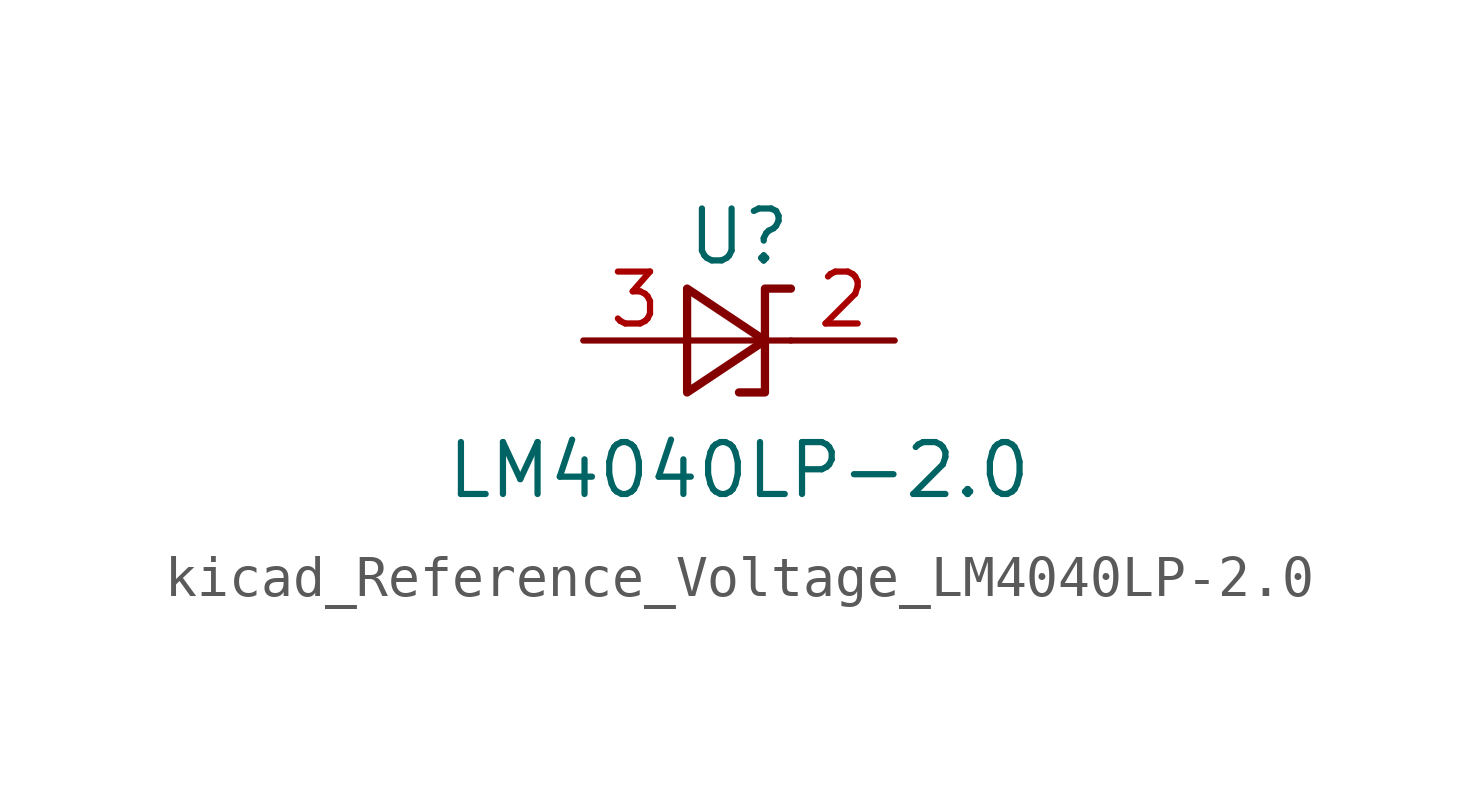
<source format=kicad_sym>
(kicad_symbol_lib
  (version 20220914)
  (generator kicad_symbol_editor)
  (symbol "kicad_Reference_Voltage_LM4040LP-2.0"
    (pin_names
      (offset 0.025) hide)
    (property "Reference" "U"
      (at 0 2.54 0)
      (effects (font (size 1.27 1.27))))
    (property "Value" "LM4040LP-2.0"
      (at 0 -3.175 0)
      (effects (font (size 1.27 1.27))))
    (symbol "kicad_Reference_Voltage_LM4040LP-2.0_0_1"
      (polyline (pts (xy -1.27 0) (xy 0 0) (xy 1.27 0)) (stroke (width 0) (type default)) (fill (type none)))
      (polyline (pts (xy -1.27 -1.27) (xy 0.635 0) (xy -1.27 1.27) (xy -1.27 -1.27)) (stroke (width 0.203) (type default)) (fill (type none)))
      (polyline (pts (xy 0 -1.27) (xy 0.635 -1.27) (xy 0.635 1.27) (xy 1.27 1.27)) (stroke (width 0.203) (type default)) (fill (type none))))
    (symbol "kicad_Reference_Voltage_LM4040LP-2.0_1_1"
      (pin passive line (at 3.81 0 180) (length 2.54) (name "K" (effects (font (size 1.27 1.27)))) (number "2" (effects (font (size 1.27 1.27)))))
      (pin passive line (at -3.81 0 0) (length 2.54) (name "A" (effects (font (size 1.27 1.27)))) (number "3" (effects (font (size 1.27 1.27))))))))
</source>
